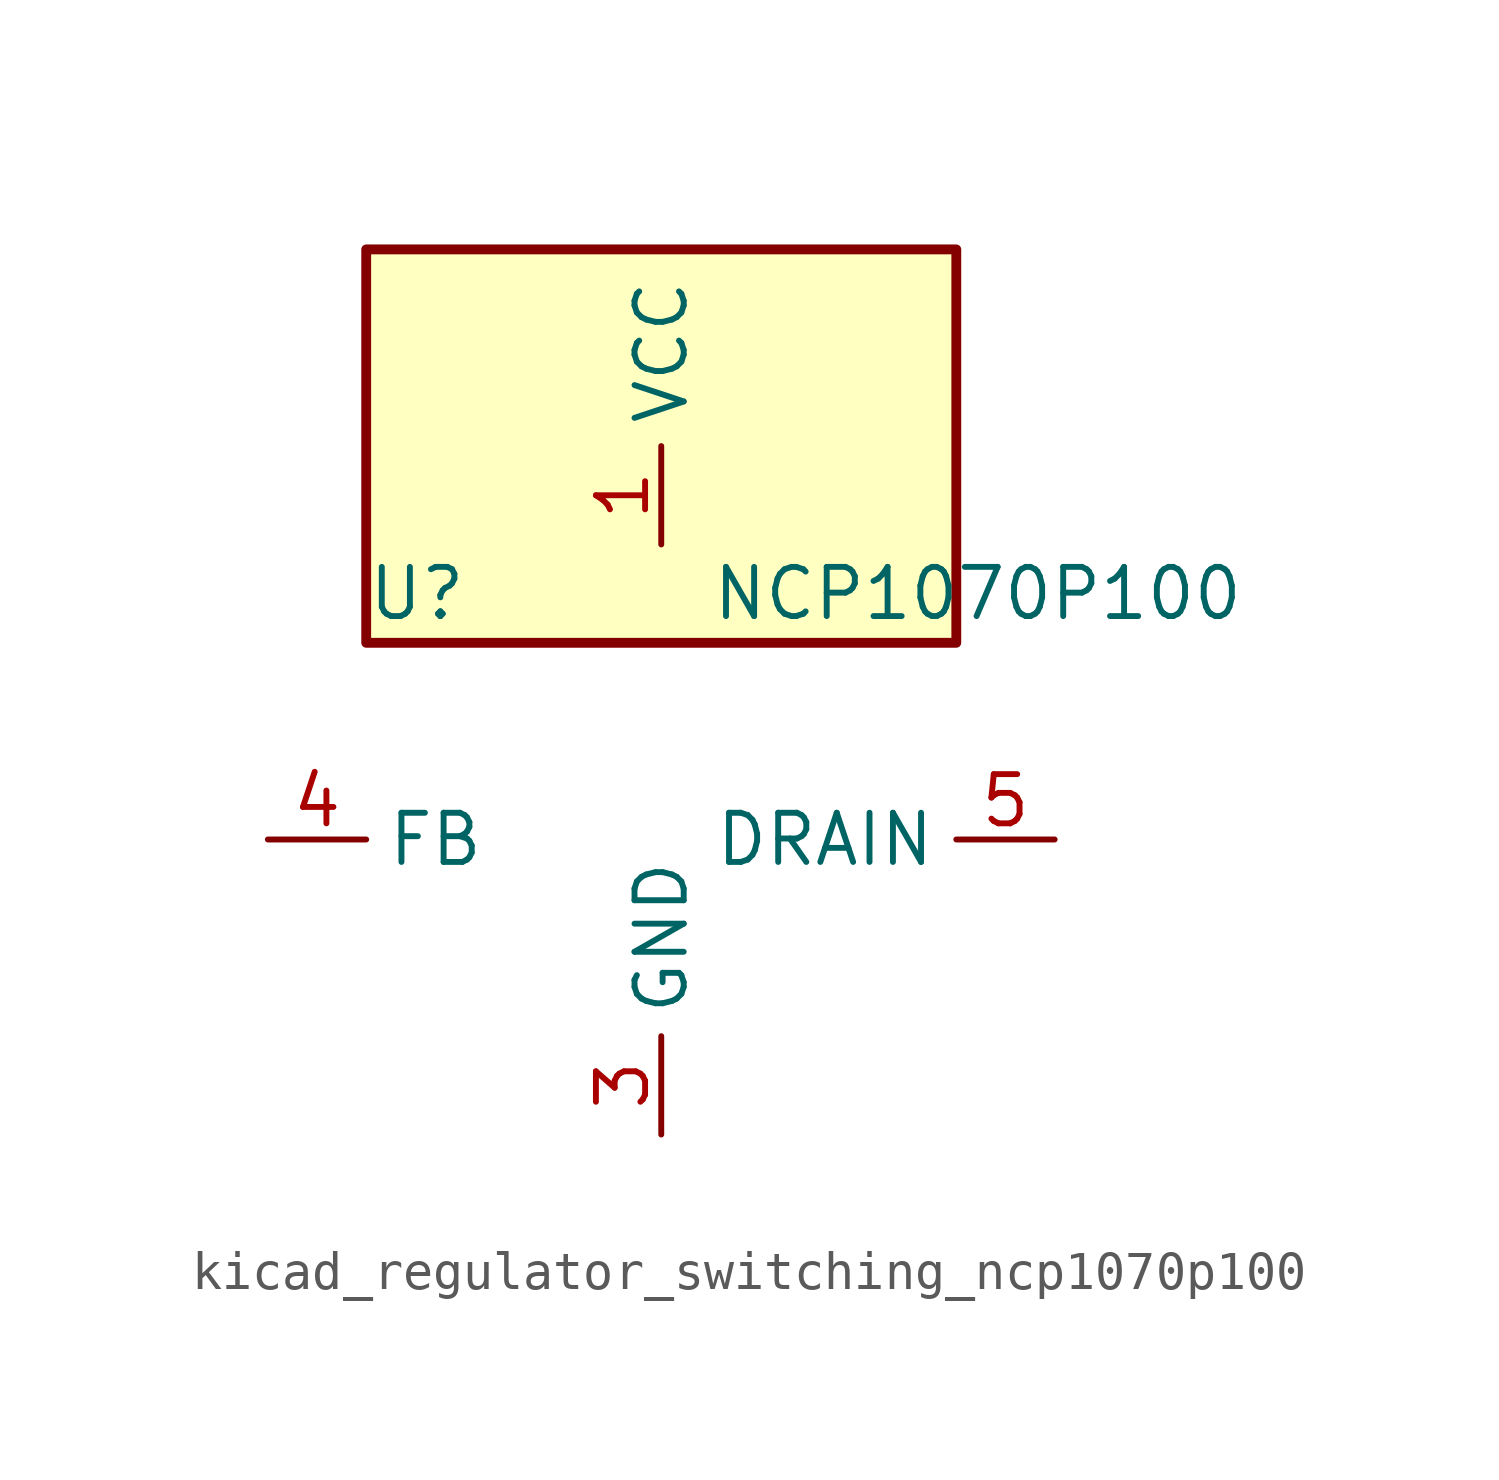
<source format=kicad_sym>
(kicad_symbol_lib
  (version 20220914)
  (generator kicad_symbol_editor)
  (symbol "kicad_regulator_switching_ncp1070p100"
    (property "Reference" "U"
      (at -7.62 6.35 0)
      (effects (font (size 1.27 1.27)) (justify left)))
    (property "Value" "NCP1070P100"
      (at 1.27 6.35 0)
      (effects (font (size 1.27 1.27)) (justify left)))
    (symbol "kicad_regulator_switching_ncp1070p100_0_1"
      (rectangle (start 7.62 15.24) (end -7.62 5.08) (stroke (width 0.254) (type default)) (fill (type background))))
    (symbol "kicad_regulator_switching_ncp1070p100_1_1"
      (pin power_in line (at 0 7.62 90) (length 2.54) (name "VCC" (effects (font (size 1.27 1.27)))) (number "1" (effects (font (size 1.27 1.27)))))
      (pin no_connect line (at -7.62 2.54 0) (length 2.54) hide (name "NC" (effects (font (size 1.27 1.27)))) (number "2" (effects (font (size 1.27 1.27)))))
      (pin power_in line (at 0 -7.62 90) (length 2.54) (name "GND" (effects (font (size 1.27 1.27)))) (number "3" (effects (font (size 1.27 1.27)))))
      (pin input line (at -10.16 0 0) (length 2.54) (name "FB" (effects (font (size 1.27 1.27)))) (number "4" (effects (font (size 1.27 1.27)))))
      (pin open_collector line (at 10.16 0 180) (length 2.54) (name "DRAIN" (effects (font (size 1.27 1.27)))) (number "5" (effects (font (size 1.27 1.27)))))
      (pin passive line (at 0 -7.62 90) (length 2.54) hide (name "GND" (effects (font (size 1.27 1.27)))) (number "7" (effects (font (size 1.27 1.27)))))
      (pin passive line (at 0 -7.62 90) (length 2.54) hide (name "GND" (effects (font (size 1.27 1.27)))) (number "8" (effects (font (size 1.27 1.27))))))))
</source>
